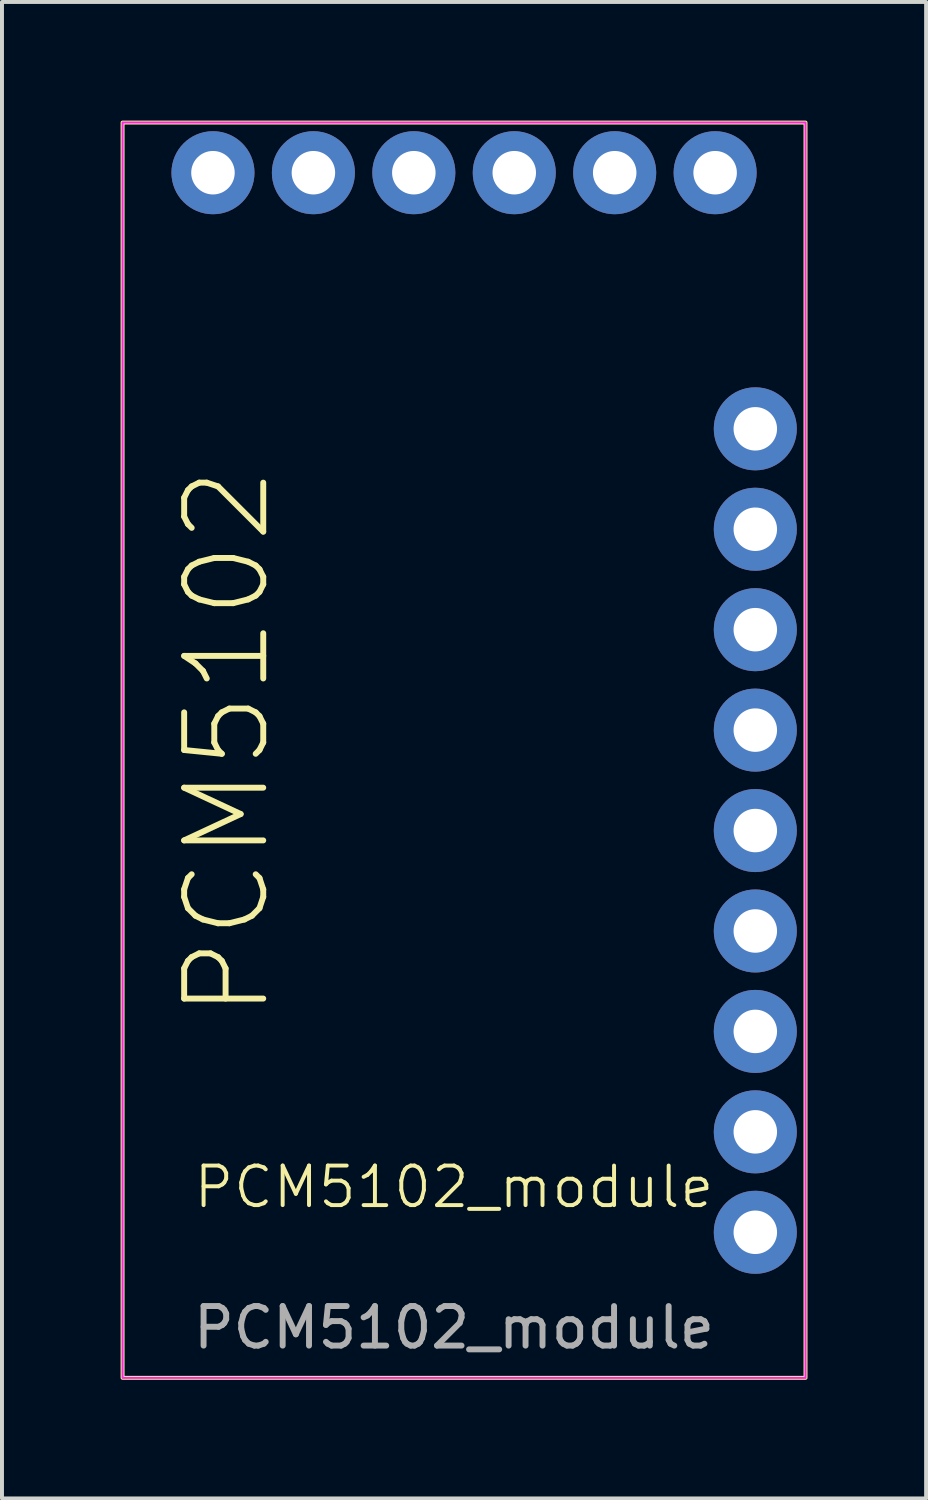
<source format=kicad_pcb>
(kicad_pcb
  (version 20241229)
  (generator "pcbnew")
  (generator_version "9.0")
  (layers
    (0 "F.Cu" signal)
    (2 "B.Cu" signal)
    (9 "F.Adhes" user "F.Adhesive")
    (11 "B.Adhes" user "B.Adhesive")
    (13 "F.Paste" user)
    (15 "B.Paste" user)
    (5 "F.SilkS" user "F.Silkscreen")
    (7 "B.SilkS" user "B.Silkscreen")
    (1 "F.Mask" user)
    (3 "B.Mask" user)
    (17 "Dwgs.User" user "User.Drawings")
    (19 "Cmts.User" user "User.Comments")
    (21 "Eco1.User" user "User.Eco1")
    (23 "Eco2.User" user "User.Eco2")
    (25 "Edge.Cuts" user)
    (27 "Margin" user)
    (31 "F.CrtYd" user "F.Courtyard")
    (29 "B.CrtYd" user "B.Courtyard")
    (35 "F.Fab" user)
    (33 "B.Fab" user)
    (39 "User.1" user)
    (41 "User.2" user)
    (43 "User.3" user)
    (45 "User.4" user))
  (footprint "PCM5102_module"
    (layer "F.Cu")
    (at 8.432 15.415)
    (property "Reference" "PCM5102_module" (at 0 11.555 0) (unlocked yes) (layer "F.SilkS") (effects (font (size 1 1) (thickness 0.1))))
    (attr through_hole)
    (fp_rect (start -8.382 -15.365) (end 8.89 16.381) (stroke (width 0.1) (type default)) (fill no) (layer "F.SilkS"))
    (fp_rect (start -8.382 -15.367) (end 8.89 16.383) (stroke (width 0.05) (type default)) (fill no) (layer "F.CrtYd"))
    (fp_text user "PCM5102" (at -4.572 7.364 90) (unlocked yes) (layer "F.SilkS") (effects (font (size 2 2) (thickness 0.15)) (justify left bottom)))
    (fp_text user "${REFERENCE}" (at 0 15.111 0) (unlocked yes) (layer "F.Fab") (effects (font (size 1 1) (thickness 0.15))))
    (pad "1" thru_hole circle (at 7.62 12.7) (size 2.1 2.1) (drill 1.1) (layers "*.Cu" "*.Mask"))
    (pad "2" thru_hole circle (at 7.62 10.16) (size 2.1 2.1) (drill 1.1) (layers "*.Cu" "*.Mask"))
    (pad "3" thru_hole circle (at 7.62 7.62) (size 2.1 2.1) (drill 1.1) (layers "*.Cu" "*.Mask"))
    (pad "4" thru_hole circle (at 7.62 5.08) (size 2.1 2.1) (drill 1.1) (layers "*.Cu" "*.Mask"))
    (pad "5" thru_hole circle (at 7.62 2.54) (size 2.1 2.1) (drill 1.1) (layers "*.Cu" "*.Mask"))
    (pad "6" thru_hole circle (at 7.62 0) (size 2.1 2.1) (drill 1.1) (layers "*.Cu" "*.Mask"))
    (pad "7" thru_hole circle (at 7.62 -2.54) (size 2.1 2.1) (drill 1.1) (layers "*.Cu" "*.Mask"))
    (pad "8" thru_hole circle (at 7.62 -5.08) (size 2.1 2.1) (drill 1.1) (layers "*.Cu" "*.Mask"))
    (pad "9" thru_hole circle (at 7.62 -7.62) (size 2.1 2.1) (drill 1.1) (layers "*.Cu" "*.Mask"))
    (pad "10" thru_hole circle (at 6.604 -14.097) (size 2.1 2.1) (drill 1.1) (layers "*.Cu" "*.Mask"))
    (pad "11" thru_hole circle (at 4.064 -14.097) (size 2.1 2.1) (drill 1.1) (layers "*.Cu" "*.Mask"))
    (pad "12" thru_hole circle (at 1.524 -14.097) (size 2.1 2.1) (drill 1.1) (layers "*.Cu" "*.Mask"))
    (pad "13" thru_hole circle (at -1.016 -14.097) (size 2.1 2.1) (drill 1.1) (layers "*.Cu" "*.Mask"))
    (pad "14" thru_hole circle (at -3.556 -14.097) (size 2.1 2.1) (drill 1.1) (layers "*.Cu" "*.Mask"))
    (pad "15" thru_hole circle (at -6.096 -14.097) (size 2.1 2.1) (drill 1.1) (layers "*.Cu" "*.Mask")))
  (gr_rect
    (start -3 -3)
    (end 20.372 34.846)
    (stroke (width 0.1) (type default))
    (fill no)
    (layer "Edge.Cuts")))
</source>
